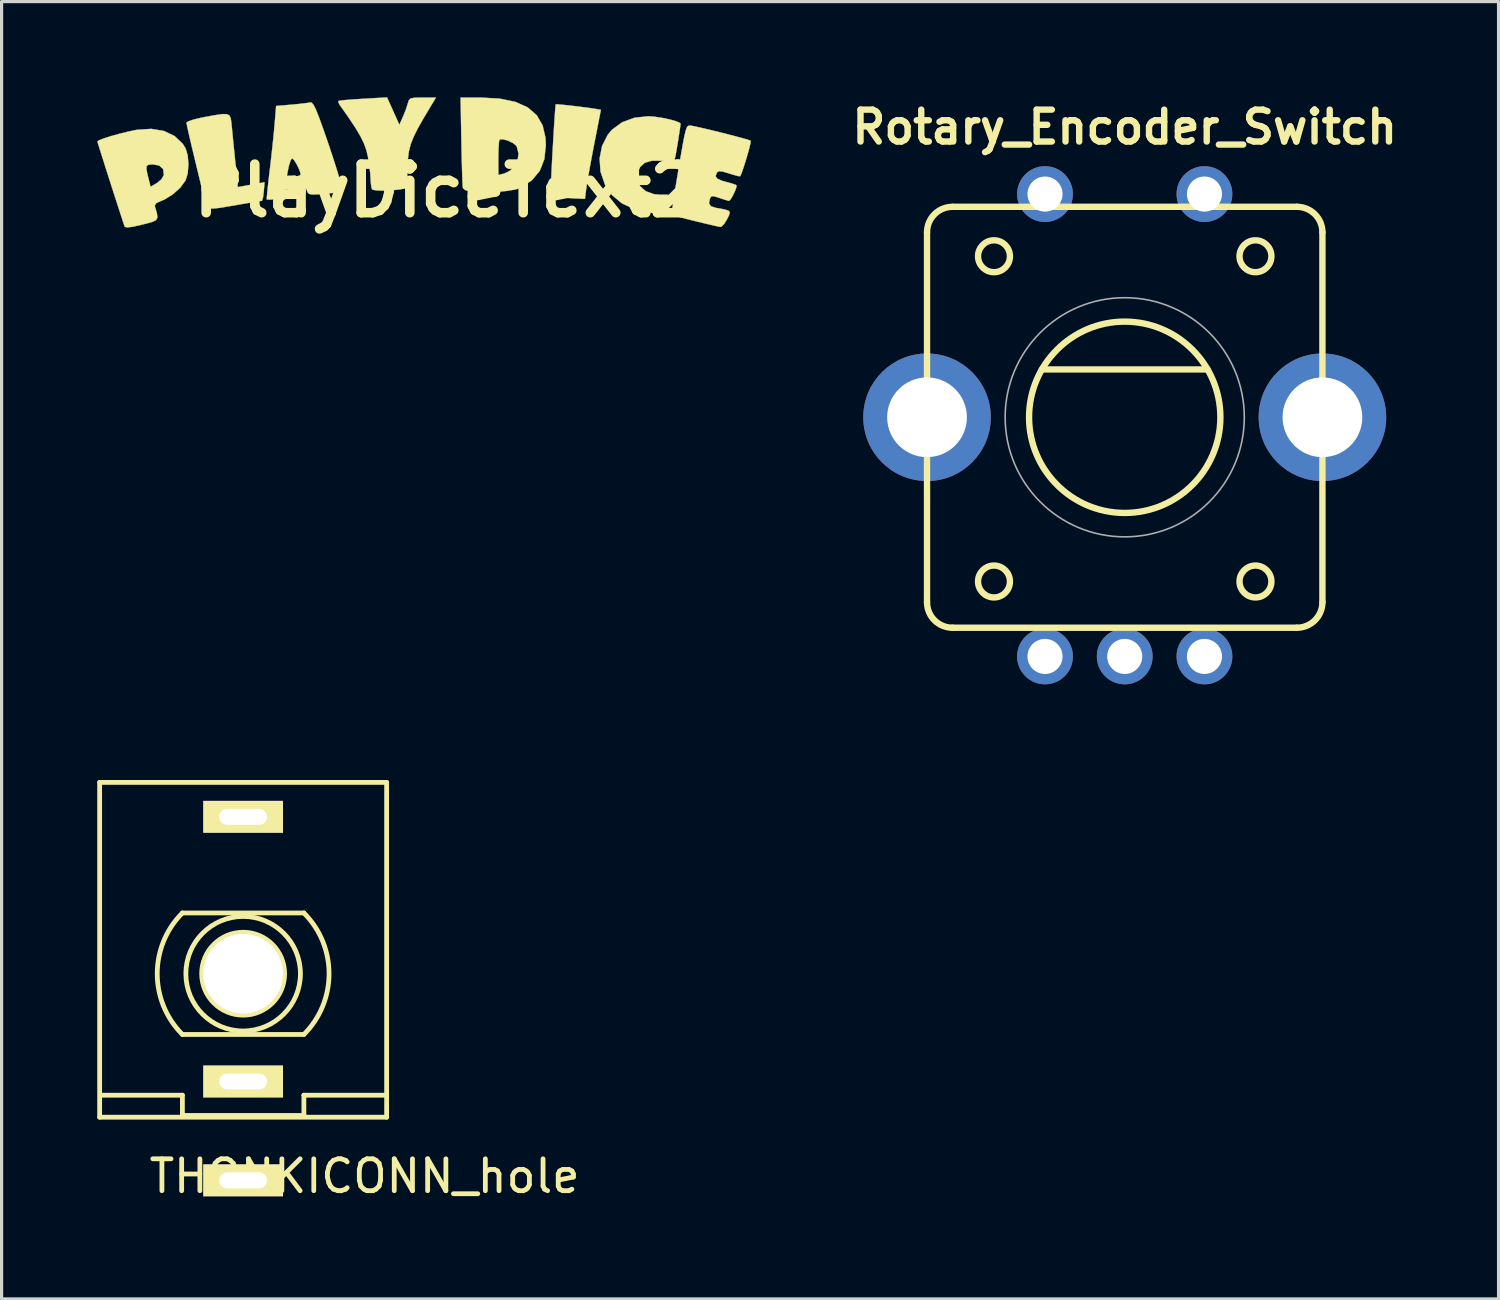
<source format=kicad_pcb>
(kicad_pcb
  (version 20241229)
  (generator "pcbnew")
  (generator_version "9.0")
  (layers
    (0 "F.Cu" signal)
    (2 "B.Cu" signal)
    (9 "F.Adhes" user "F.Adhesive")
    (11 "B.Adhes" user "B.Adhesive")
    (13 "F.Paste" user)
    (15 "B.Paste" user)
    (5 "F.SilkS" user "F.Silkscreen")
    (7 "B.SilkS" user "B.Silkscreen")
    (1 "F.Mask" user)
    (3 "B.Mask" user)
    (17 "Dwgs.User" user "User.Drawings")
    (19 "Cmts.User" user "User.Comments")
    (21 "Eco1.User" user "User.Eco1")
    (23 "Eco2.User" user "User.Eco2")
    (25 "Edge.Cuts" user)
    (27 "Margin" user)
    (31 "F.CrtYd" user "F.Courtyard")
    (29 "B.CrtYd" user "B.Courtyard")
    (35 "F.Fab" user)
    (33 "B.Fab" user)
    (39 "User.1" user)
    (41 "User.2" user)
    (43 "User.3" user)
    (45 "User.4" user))
  (footprint "PlayDiceText2"
    (layer "F.Cu")
    (at 10.927 2.931)
    (property "Reference" "PlayDiceText2" (at 0 0 0) (layer "F.SilkS") (effects (font (size 1.524 1.524) (thickness 0.3))))
    (attr through_hole)
    (fp_poly (pts (xy 3.515 -2.709) (xy 3.672 -2.695) (xy 3.89 -2.672) (xy 4.135 -2.643) (xy 4.377 -2.613) (xy 4.582 -2.585) (xy 4.672 -2.571) (xy 4.867 -2.538) (xy 4.66 -1.476) (xy 4.587 -1.096) (xy 4.52 -0.733) (xy 4.464 -0.417) (xy 4.424 -0.178) (xy 4.41 -0.079) (xy 4.367 0.254) (xy 4.104 0.243) (xy 3.857 0.229) (xy 3.599 0.21) (xy 3.572 0.208) (xy 3.302 0.183) (xy 3.302 -0.129) (xy 3.305 -0.273) (xy 3.315 -0.504) (xy 3.329 -0.799) (xy 3.347 -1.135) (xy 3.367 -1.488) (xy 3.387 -1.835) (xy 3.407 -2.153) (xy 3.425 -2.42) (xy 3.44 -2.611) (xy 3.45 -2.705) (xy 3.452 -2.71) (xy 3.515 -2.709)) (stroke (width 0.01) (type solid)) (fill yes) (layer "F.SilkS"))
    (fp_poly (pts (xy -6.862 -2.401) (xy -6.78 -2.358) (xy -6.74 -2.266) (xy -6.719 -2.118) (xy -6.709 -2.016) (xy -6.687 -1.787) (xy -6.656 -1.476) (xy -6.621 -1.129) (xy -6.595 -0.866) (xy -6.521 -0.114) (xy -6.308 -0.152) (xy -6.085 -0.193) (xy -5.889 -0.228) (xy -5.681 -0.266) (xy -5.705 0.026) (xy -5.726 0.198) (xy -5.755 0.303) (xy -5.769 0.318) (xy -5.844 0.328) (xy -6.019 0.356) (xy -6.265 0.397) (xy -6.54 0.445) (xy -6.901 0.506) (xy -7.156 0.546) (xy -7.326 0.56) (xy -7.43 0.547) (xy -7.489 0.504) (xy -7.522 0.43) (xy -7.547 0.333) (xy -7.71 -0.335) (xy -7.848 -0.906) (xy -7.96 -1.374) (xy -8.045 -1.735) (xy -8.1 -1.984) (xy -8.127 -2.117) (xy -8.129 -2.135) (xy -8.07 -2.177) (xy -7.914 -2.23) (xy -7.686 -2.285) (xy -7.563 -2.31) (xy -7.232 -2.37) (xy -7.005 -2.403) (xy -6.862 -2.401)) (stroke (width 0.01) (type solid)) (fill yes) (layer "F.SilkS"))
    (fp_poly (pts (xy 6.535 -2.323) (xy 6.793 -2.284) (xy 7.035 -2.233) (xy 7.229 -2.177) (xy 7.346 -2.126) (xy 7.366 -2.101) (xy 7.356 -2.016) (xy 7.331 -1.845) (xy 7.297 -1.625) (xy 7.26 -1.397) (xy 7.226 -1.198) (xy 7.204 -1.076) (xy 7.178 -0.986) (xy 7.126 -0.941) (xy 7.016 -0.928) (xy 6.815 -0.939) (xy 6.787 -0.941) (xy 6.467 -0.94) (xy 6.244 -0.876) (xy 6.098 -0.743) (xy 6.032 -0.601) (xy 6.008 -0.357) (xy 6.094 -0.146) (xy 6.274 0.015) (xy 6.532 0.109) (xy 6.724 0.127) (xy 6.983 0.127) (xy 6.845 0.413) (xy 6.752 0.585) (xy 6.667 0.669) (xy 6.552 0.695) (xy 6.48 0.696) (xy 6.286 0.674) (xy 6.047 0.618) (xy 5.927 0.581) (xy 5.525 0.395) (xy 5.22 0.141) (xy 4.994 -0.195) (xy 4.991 -0.201) (xy 4.855 -0.6) (xy 4.827 -1.01) (xy 4.904 -1.403) (xy 5.082 -1.754) (xy 5.219 -1.917) (xy 5.533 -2.146) (xy 5.918 -2.288) (xy 6.344 -2.335) (xy 6.535 -2.323)) (stroke (width 0.01) (type solid)) (fill yes) (layer "F.SilkS"))
    (fp_poly (pts (xy -1.646 -2.497) (xy -1.453 -2.067) (xy -1.34 -2.319) (xy -1.257 -2.523) (xy -1.194 -2.712) (xy -1.184 -2.746) (xy -1.154 -2.84) (xy -1.1 -2.892) (xy -0.991 -2.915) (xy -0.795 -2.921) (xy -0.723 -2.921) (xy -0.305 -2.921) (xy -0.449 -2.683) (xy -0.692 -2.276) (xy -0.876 -1.952) (xy -1.008 -1.686) (xy -1.099 -1.453) (xy -1.155 -1.229) (xy -1.185 -0.989) (xy -1.198 -0.709) (xy -1.202 -0.5) (xy -1.206 -0.08) (xy -1.445 -0.041) (xy -1.671 -0.014) (xy -1.909 -0.003) (xy -2.121 -0.006) (xy -2.267 -0.025) (xy -2.307 -0.042) (xy -2.335 -0.127) (xy -2.351 -0.288) (xy -2.353 -0.344) (xy -2.366 -0.542) (xy -2.398 -0.806) (xy -2.437 -1.056) (xy -2.485 -1.265) (xy -2.559 -1.473) (xy -2.669 -1.7) (xy -2.826 -1.966) (xy -3.041 -2.29) (xy -3.325 -2.693) (xy -3.332 -2.703) (xy -3.37 -2.79) (xy -3.363 -2.814) (xy -3.292 -2.828) (xy -3.12 -2.846) (xy -2.873 -2.865) (xy -2.586 -2.883) (xy -1.839 -2.926) (xy -1.646 -2.497)) (stroke (width 0.01) (type solid)) (fill yes) (layer "F.SilkS"))
    (fp_poly (pts (xy 1.703 -2.887) (xy 2.189 -2.785) (xy 2.573 -2.612) (xy 2.856 -2.367) (xy 3.041 -2.047) (xy 3.131 -1.652) (xy 3.141 -1.429) (xy 3.093 -0.986) (xy 2.95 -0.623) (xy 2.705 -0.329) (xy 2.352 -0.092) (xy 2.349 -0.09) (xy 2.18 -0.037) (xy 1.92 0.006) (xy 1.608 0.036) (xy 1.281 0.049) (xy 0.975 0.045) (xy 0.742 0.021) (xy 0.605 -0.025) (xy 0.54 -0.084) (xy 0.532 -0.167) (xy 0.523 -0.358) (xy 0.513 -0.636) (xy 0.504 -0.983) (xy 0.503 -1.03) (xy 1.651 -1.03) (xy 1.651 -0.494) (xy 1.826 -0.535) (xy 1.993 -0.613) (xy 2.143 -0.736) (xy 2.253 -0.935) (xy 2.284 -1.165) (xy 2.233 -1.374) (xy 2.207 -1.417) (xy 2.104 -1.499) (xy 1.952 -1.571) (xy 1.8 -1.613) (xy 1.697 -1.609) (xy 1.688 -1.603) (xy 1.671 -1.527) (xy 1.658 -1.356) (xy 1.652 -1.121) (xy 1.651 -1.03) (xy 0.503 -1.03) (xy 0.495 -1.378) (xy 0.492 -1.54) (xy 0.467 -2.921) (xy 1.111 -2.921) (xy 1.703 -2.887)) (stroke (width 0.01) (type solid)) (fill yes) (layer "F.SilkS"))
    (fp_poly (pts (xy -8.838 -1.874) (xy -8.503 -1.716) (xy -8.247 -1.472) (xy -8.157 -1.329) (xy -8.09 -1.107) (xy -8.068 -0.825) (xy -8.09 -0.544) (xy -8.157 -0.324) (xy -8.324 -0.095) (xy -8.565 0.12) (xy -8.828 0.281) (xy -8.919 0.317) (xy -9.075 0.387) (xy -9.123 0.468) (xy -9.118 0.498) (xy -9.057 0.706) (xy -9.039 0.839) (xy -9.081 0.921) (xy -9.202 0.979) (xy -9.419 1.038) (xy -9.525 1.064) (xy -9.804 1.128) (xy -9.978 1.151) (xy -10.059 1.134) (xy -10.068 1.121) (xy -10.109 1.002) (xy -10.177 0.794) (xy -10.266 0.519) (xy -10.37 0.198) (xy -10.481 -0.147) (xy -10.593 -0.496) (xy -10.652 -0.681) (xy -9.386 -0.681) (xy -9.349 -0.497) (xy -9.327 -0.408) (xy -9.255 -0.124) (xy -9.057 -0.24) (xy -8.916 -0.357) (xy -8.84 -0.488) (xy -8.838 -0.499) (xy -8.861 -0.679) (xy -8.988 -0.791) (xy -9.184 -0.826) (xy -9.313 -0.818) (xy -9.377 -0.779) (xy -9.386 -0.681) (xy -10.652 -0.681) (xy -10.698 -0.827) (xy -10.791 -1.119) (xy -10.863 -1.35) (xy -10.909 -1.499) (xy -10.922 -1.546) (xy -10.865 -1.585) (xy -10.712 -1.644) (xy -10.492 -1.714) (xy -10.233 -1.786) (xy -9.964 -1.852) (xy -9.712 -1.905) (xy -9.683 -1.91) (xy -9.236 -1.94) (xy -8.838 -1.874)) (stroke (width 0.01) (type solid)) (fill yes) (layer "F.SilkS"))
    (fp_poly (pts (xy -4.198 -2.758) (xy -4.141 -2.688) (xy -4.07 -2.545) (xy -3.977 -2.313) (xy -3.856 -1.979) (xy -3.819 -1.874) (xy -3.655 -1.4) (xy -3.513 -0.971) (xy -3.396 -0.601) (xy -3.309 -0.304) (xy -3.256 -0.094) (xy -3.241 0.014) (xy -3.244 0.025) (xy -3.315 0.041) (xy -3.481 0.063) (xy -3.711 0.087) (xy -3.788 0.094) (xy -4.043 0.115) (xy -4.2 0.118) (xy -4.286 0.099) (xy -4.329 0.053) (xy -4.352 -0.006) (xy -4.385 -0.094) (xy -4.426 -0.104) (xy -4.506 -0.031) (xy -4.576 0.047) (xy -4.753 0.246) (xy -4.855 0.091) (xy -4.964 -0.036) (xy -5.042 -0.049) (xy -5.079 0.052) (xy -5.08 0.089) (xy -5.098 0.189) (xy -5.174 0.24) (xy -5.337 0.265) (xy -5.502 0.277) (xy -5.6 0.277) (xy -5.611 0.273) (xy -5.609 0.208) (xy -5.594 0.04) (xy -5.568 -0.209) (xy -5.549 -0.375) (xy -4.999 -0.375) (xy -4.802 -0.417) (xy -4.649 -0.455) (xy -4.557 -0.487) (xy -4.557 -0.487) (xy -4.554 -0.553) (xy -4.6 -0.682) (xy -4.673 -0.831) (xy -4.751 -0.956) (xy -4.814 -1.015) (xy -4.819 -1.016) (xy -4.86 -0.959) (xy -4.909 -0.815) (xy -4.936 -0.695) (xy -4.999 -0.375) (xy -5.549 -0.375) (xy -5.533 -0.516) (xy -5.517 -0.649) (xy -5.472 -1.035) (xy -5.428 -1.432) (xy -5.391 -1.797) (xy -5.365 -2.084) (xy -5.363 -2.107) (xy -5.318 -2.658) (xy -4.834 -2.699) (xy -4.586 -2.723) (xy -4.38 -2.747) (xy -4.255 -2.767) (xy -4.246 -2.769) (xy -4.198 -2.758)) (stroke (width 0.01) (type solid)) (fill yes) (layer "F.SilkS"))
    (fp_poly (pts (xy 7.682 -2.042) (xy 7.685 -2.042) (xy 7.824 -2.015) (xy 8.043 -1.966) (xy 8.314 -1.902) (xy 8.612 -1.829) (xy 8.909 -1.754) (xy 9.179 -1.683) (xy 9.395 -1.624) (xy 9.532 -1.582) (xy 9.566 -1.568) (xy 9.56 -1.501) (xy 9.524 -1.347) (xy 9.467 -1.139) (xy 9.4 -0.913) (xy 9.332 -0.701) (xy 9.274 -0.537) (xy 9.235 -0.454) (xy 9.235 -0.454) (xy 9.169 -0.46) (xy 9.021 -0.499) (xy 8.887 -0.541) (xy 8.689 -0.6) (xy 8.577 -0.613) (xy 8.515 -0.581) (xy 8.503 -0.563) (xy 8.464 -0.458) (xy 8.515 -0.379) (xy 8.67 -0.311) (xy 8.789 -0.278) (xy 8.97 -0.228) (xy 9.093 -0.186) (xy 9.12 -0.172) (xy 9.115 -0.102) (xy 9.065 0.029) (xy 8.995 0.174) (xy 8.925 0.285) (xy 8.886 0.318) (xy 8.804 0.298) (xy 8.65 0.249) (xy 8.586 0.227) (xy 8.421 0.175) (xy 8.337 0.173) (xy 8.296 0.222) (xy 8.292 0.232) (xy 8.257 0.393) (xy 8.319 0.489) (xy 8.491 0.542) (xy 8.493 0.542) (xy 8.732 0.584) (xy 8.865 0.622) (xy 8.91 0.676) (xy 8.887 0.766) (xy 8.824 0.893) (xy 8.731 1.043) (xy 8.645 1.128) (xy 8.619 1.136) (xy 8.529 1.119) (xy 8.344 1.077) (xy 8.091 1.017) (xy 7.822 0.952) (xy 7.538 0.881) (xy 7.304 0.819) (xy 7.144 0.774) (xy 7.084 0.753) (xy 7.088 0.686) (xy 7.112 0.513) (xy 7.151 0.251) (xy 7.204 -0.082) (xy 7.267 -0.468) (xy 7.3 -0.667) (xy 7.377 -1.119) (xy 7.437 -1.461) (xy 7.485 -1.708) (xy 7.524 -1.875) (xy 7.559 -1.976) (xy 7.594 -2.028) (xy 7.634 -2.045) (xy 7.682 -2.042)) (stroke (width 0.01) (type solid)) (fill yes) (layer "F.SilkS")))
  (footprint "THONKICONN_hole"
    (layer "F.Cu")
    (at 4.575 27.486)
    (property "Reference" "THONKICONN_hole" (at 3.81 6.35 0) (layer "F.SilkS") (effects (font (size 1 1) (thickness 0.15))))
    (attr through_hole)
    (fp_line (start -4.5 -6) (end -4.5 4.5) (stroke (width 0.15) (type solid)) (layer "F.SilkS"))
    (fp_line (start -4.5 -6) (end 4.5 -6) (stroke (width 0.15) (type solid)) (layer "F.SilkS"))
    (fp_line (start -4.5 4.5) (end 4.5 4.5) (stroke (width 0.15) (type solid)) (layer "F.SilkS"))
    (fp_line (start -4.445 3.81) (end -1.905 3.81) (stroke (width 0.15) (type solid)) (layer "F.SilkS"))
    (fp_line (start -1.905 -1.905) (end 1.905 -1.905) (stroke (width 0.15) (type solid)) (layer "F.SilkS"))
    (fp_line (start -1.905 3.81) (end -1.905 4.445) (stroke (width 0.15) (type solid)) (layer "F.SilkS"))
    (fp_line (start -1.905 4.445) (end 1.905 4.445) (stroke (width 0.15) (type solid)) (layer "F.SilkS"))
    (fp_line (start 1.905 1.905) (end -1.905 1.905) (stroke (width 0.15) (type solid)) (layer "F.SilkS"))
    (fp_line (start 1.905 3.81) (end 4.445 3.81) (stroke (width 0.15) (type solid)) (layer "F.SilkS"))
    (fp_line (start 1.905 4.445) (end 1.905 3.81) (stroke (width 0.15) (type solid)) (layer "F.SilkS"))
    (fp_line (start 4.5 -6) (end 4.5 4.5) (stroke (width 0.15) (type solid)) (layer "F.SilkS"))
    (fp_arc (start -1.905 1.905) (mid -2.694077 0) (end -1.905 -1.905) (stroke (width 0.15) (type solid)) (layer "F.SilkS"))
    (fp_arc (start 1.905 -1.905) (mid 2.694077 0) (end 1.905 1.905) (stroke (width 0.15) (type solid)) (layer "F.SilkS"))
    (fp_circle (center 0 0) (end 1.27 1.27) (stroke (width 0.15) (type solid)) (fill no) (layer "F.SilkS"))
    (fp_circle (center 0 0) (end 1.3 0) (stroke (width 0.15) (type solid)) (fill no) (layer "F.SilkS"))
    (pad "" np_thru_hole circle (at 0 0) (size 2.5 2.5) (drill 2.5) (layers "*.Cu" "*.Mask"))
    (pad "1" thru_hole rect (at 0 6.48) (size 2.5 1) (drill oval 1.5 0.5) (layers "*.Cu" "*.Mask" "F.SilkS"))
    (pad "2" thru_hole rect (at 0 3.38) (size 2.5 1) (drill oval 1.5 0.5) (layers "*.Cu" "*.Mask" "F.SilkS"))
    (pad "3" thru_hole rect (at 0 -4.92) (size 2.5 1) (drill oval 1.5 0.5) (layers "*.Cu" "*.Mask" "F.SilkS")))
  (footprint "Rotary_Encoder_Switch"
    (layer "F.Cu")
    (at 32.222 10.036)
    (property "Reference" "Rotary_Encoder_Switch" (at 0 -9.1 0) (layer "F.SilkS") (effects (font (size 1 1) (thickness 0.2))))
    (attr through_hole)
    (fp_line (start -6.2 5.8) (end -6.2 -5.8) (stroke (width 0.2) (type solid)) (layer "F.SilkS"))
    (fp_line (start -5.4 -6.6) (end 5.4 -6.6) (stroke (width 0.2) (type solid)) (layer "F.SilkS"))
    (fp_line (start -5.4 6.6) (end 5.4 6.6) (stroke (width 0.2) (type solid)) (layer "F.SilkS"))
    (fp_line (start -2.6 -1.5) (end 2.6 -1.5) (stroke (width 0.2) (type solid)) (layer "F.SilkS"))
    (fp_line (start 6.2 -5.8) (end 6.2 5.8) (stroke (width 0.2) (type solid)) (layer "F.SilkS"))
    (fp_arc (start -6.2 -5.8) (mid -5.965685 -6.365685) (end -5.4 -6.6) (stroke (width 0.2) (type solid)) (layer "F.SilkS"))
    (fp_arc (start -5.4 6.6) (mid -5.965685 6.365685) (end -6.2 5.8) (stroke (width 0.2) (type solid)) (layer "F.SilkS"))
    (fp_arc (start 5.4 -6.6) (mid 5.965685 -6.365685) (end 6.2 -5.8) (stroke (width 0.2) (type solid)) (layer "F.SilkS"))
    (fp_arc (start 6.2 5.8) (mid 5.965685 6.365685) (end 5.4 6.6) (stroke (width 0.2) (type solid)) (layer "F.SilkS"))
    (fp_circle (center -4.1 -5.05) (end -3.6 -5.05) (stroke (width 0.2) (type solid)) (fill no) (layer "F.SilkS"))
    (fp_circle (center -4.1 5.15) (end -3.6 5.15) (stroke (width 0.2) (type solid)) (fill no) (layer "F.SilkS"))
    (fp_circle (center 0 0) (end 3 0) (stroke (width 0.2) (type solid)) (fill no) (layer "F.SilkS"))
    (fp_circle (center 4.1 -5.05) (end 4.6 -5.05) (stroke (width 0.2) (type solid)) (fill no) (layer "F.SilkS"))
    (fp_circle (center 4.1 5.15) (end 4.6 5.15) (stroke (width 0.2) (type solid)) (fill no) (layer "F.SilkS"))
    (fp_circle (center 0 0) (end 3.75 0) (stroke (width 0.05) (type solid)) (fill no) (layer "F.Fab"))
    (pad "1" thru_hole circle (at -2.5 7.5) (size 1.75 1.75) (drill 1.1) (layers "*.Cu" "*.Mask"))
    (pad "2" thru_hole circle (at 0 7.5) (size 1.75 1.75) (drill 1.1) (layers "*.Cu" "*.Mask"))
    (pad "3" thru_hole circle (at 2.5 7.5) (size 1.75 1.75) (drill 1.1) (layers "*.Cu" "*.Mask"))
    (pad "4" thru_hole circle (at -2.5 -7) (size 1.75 1.75) (drill 1.1) (layers "*.Cu" "*.Mask"))
    (pad "5" thru_hole circle (at 2.5 -7) (size 1.75 1.75) (drill 1.1) (layers "*.Cu" "*.Mask"))
    (pad "body" thru_hole oval (at -6.2 0) (size 4 4) (drill 2.5) (layers "*.Cu" "*.Mask"))
    (pad "body" thru_hole oval (at 6.2 0) (size 4 4) (drill 2.5) (layers "*.Cu" "*.Mask")))
  (gr_rect
    (start -3 -3)
    (end 43.945 37.684)
    (stroke (width 0.1) (type default))
    (fill no)
    (layer "Edge.Cuts")))
</source>
